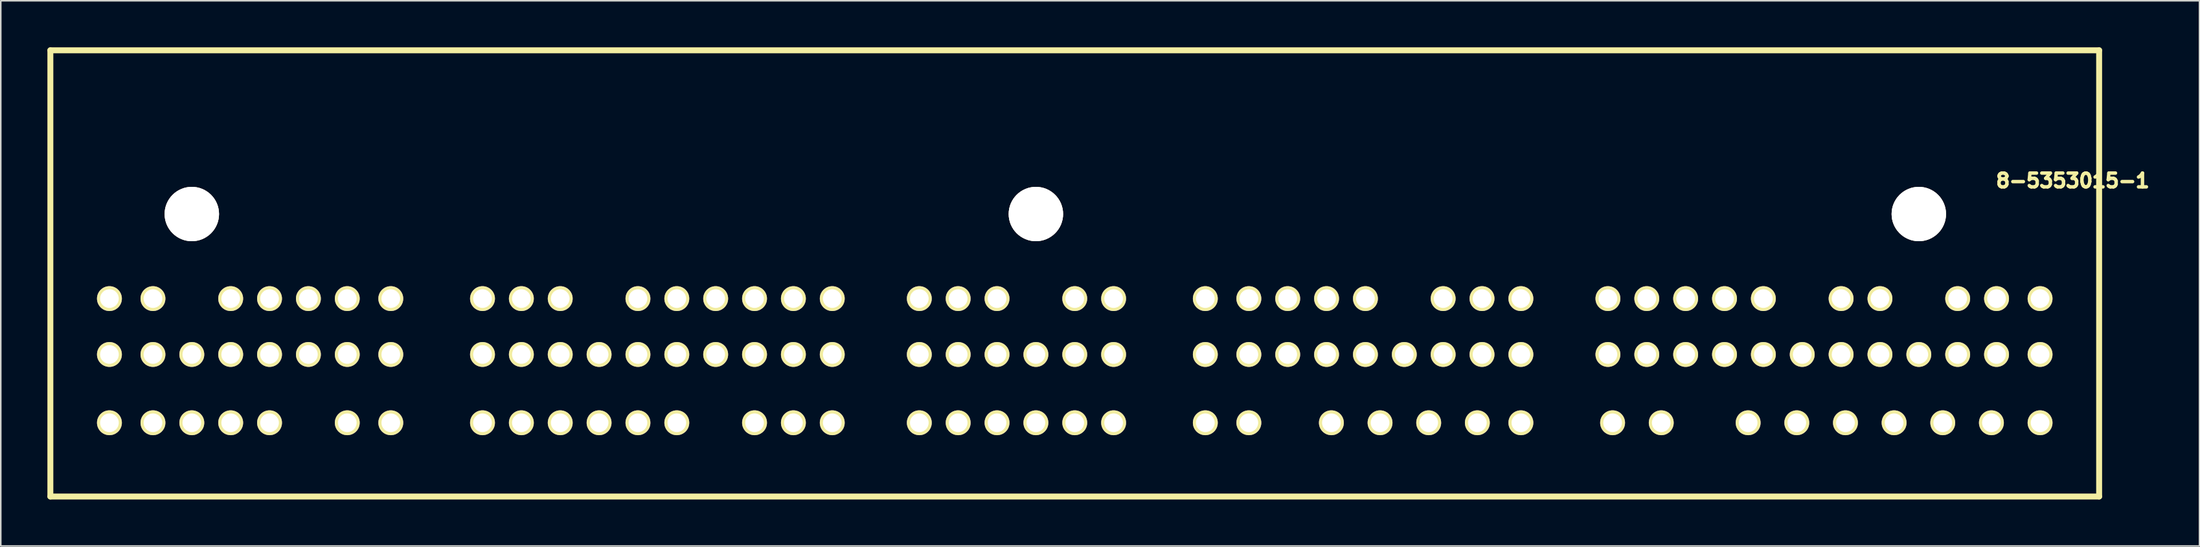
<source format=kicad_pcb>
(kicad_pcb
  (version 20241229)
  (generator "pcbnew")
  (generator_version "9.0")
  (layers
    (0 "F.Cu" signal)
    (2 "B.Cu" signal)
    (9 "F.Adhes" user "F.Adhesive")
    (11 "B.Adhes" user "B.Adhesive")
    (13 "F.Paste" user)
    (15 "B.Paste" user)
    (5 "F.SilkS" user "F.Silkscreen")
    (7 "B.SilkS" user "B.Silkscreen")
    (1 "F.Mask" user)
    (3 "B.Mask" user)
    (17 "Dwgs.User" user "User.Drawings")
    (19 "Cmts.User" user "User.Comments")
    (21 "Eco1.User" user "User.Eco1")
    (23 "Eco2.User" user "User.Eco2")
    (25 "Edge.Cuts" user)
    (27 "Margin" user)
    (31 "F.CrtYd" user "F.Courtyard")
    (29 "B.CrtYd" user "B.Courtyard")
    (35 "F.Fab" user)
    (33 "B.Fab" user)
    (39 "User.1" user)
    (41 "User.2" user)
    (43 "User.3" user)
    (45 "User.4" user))
  (footprint "8-5353015-1"
    (layer "F.Cu")
    (at 3.99 16.191)
    (property "Reference" "8-5353015-1" (at 126.3 -7.6 180) (layer "F.SilkS") (effects (font (size 0.889 0.889) (thickness 0.224))))
    (attr through_hole)
    (fp_line (start -3.8 -16) (end 128 -16) (stroke (width 0.381) (type solid)) (layer "F.SilkS"))
    (fp_line (start -3.8 12.753) (end -3.8 -16) (stroke (width 0.381) (type solid)) (layer "F.SilkS"))
    (fp_line (start -3.8 12.753) (end 128 12.753) (stroke (width 0.381) (type solid)) (layer "F.SilkS"))
    (fp_line (start 128 12.753) (end 128 -16) (stroke (width 0.381) (type solid)) (layer "F.SilkS"))
    (pad "" thru_hole circle (at 5.3 -5.45) (size 3.5 3.5) (drill 3.5) (layers "*.Cu" "*.Mask" "F.SilkS"))
    (pad "" thru_hole circle (at 59.6 -5.45) (size 3.5 3.5) (drill 3.5) (layers "*.Cu" "*.Mask" "F.SilkS"))
    (pad "" thru_hole circle (at 116.4 -5.45) (size 3.5 3.5) (drill 3.5) (layers "*.Cu" "*.Mask" "F.SilkS"))
    (pad "1" thru_hole circle (at 0 0) (size 1.6 1.6) (drill 1.2) (layers "*.Cu" "*.Mask" "F.SilkS"))
    (pad "2" thru_hole circle (at 2.8 0) (size 1.6 1.6) (drill 1.2) (layers "*.Cu" "*.Mask" "F.SilkS"))
    (pad "3" thru_hole circle (at 7.8 0) (size 1.6 1.6) (drill 1.2) (layers "*.Cu" "*.Mask" "F.SilkS"))
    (pad "4" thru_hole circle (at 10.3 0) (size 1.6 1.6) (drill 1.2) (layers "*.Cu" "*.Mask" "F.SilkS"))
    (pad "5" thru_hole circle (at 12.8 0) (size 1.6 1.6) (drill 1.2) (layers "*.Cu" "*.Mask" "F.SilkS"))
    (pad "6" thru_hole circle (at 15.3 0) (size 1.6 1.6) (drill 1.2) (layers "*.Cu" "*.Mask" "F.SilkS"))
    (pad "7" thru_hole circle (at 18.1 0) (size 1.6 1.6) (drill 1.2) (layers "*.Cu" "*.Mask" "F.SilkS"))
    (pad "8" thru_hole circle (at 24 0) (size 1.6 1.6) (drill 1.2) (layers "*.Cu" "*.Mask" "F.SilkS"))
    (pad "9" thru_hole circle (at 26.5 0) (size 1.6 1.6) (drill 1.2) (layers "*.Cu" "*.Mask" "F.SilkS"))
    (pad "10" thru_hole circle (at 29 0) (size 1.6 1.6) (drill 1.2) (layers "*.Cu" "*.Mask" "F.SilkS"))
    (pad "11" thru_hole circle (at 34 0) (size 1.6 1.6) (drill 1.2) (layers "*.Cu" "*.Mask" "F.SilkS"))
    (pad "12" thru_hole circle (at 36.5 0) (size 1.6 1.6) (drill 1.2) (layers "*.Cu" "*.Mask" "F.SilkS"))
    (pad "13" thru_hole circle (at 39 0) (size 1.6 1.6) (drill 1.2) (layers "*.Cu" "*.Mask" "F.SilkS"))
    (pad "14" thru_hole circle (at 41.5 0) (size 1.6 1.6) (drill 1.2) (layers "*.Cu" "*.Mask" "F.SilkS"))
    (pad "15" thru_hole circle (at 44 0) (size 1.6 1.6) (drill 1.2) (layers "*.Cu" "*.Mask" "F.SilkS"))
    (pad "16" thru_hole circle (at 46.5 0) (size 1.6 1.6) (drill 1.2) (layers "*.Cu" "*.Mask" "F.SilkS"))
    (pad "17" thru_hole circle (at 52.1 0) (size 1.6 1.6) (drill 1.2) (layers "*.Cu" "*.Mask" "F.SilkS"))
    (pad "18" thru_hole circle (at 54.6 0) (size 1.6 1.6) (drill 1.2) (layers "*.Cu" "*.Mask" "F.SilkS"))
    (pad "19" thru_hole circle (at 57.1 0) (size 1.6 1.6) (drill 1.2) (layers "*.Cu" "*.Mask" "F.SilkS"))
    (pad "20" thru_hole circle (at 62.1 0) (size 1.6 1.6) (drill 1.2) (layers "*.Cu" "*.Mask" "F.SilkS"))
    (pad "21" thru_hole circle (at 64.6 0) (size 1.6 1.6) (drill 1.2) (layers "*.Cu" "*.Mask" "F.SilkS"))
    (pad "22" thru_hole circle (at 70.5 0) (size 1.6 1.6) (drill 1.2) (layers "*.Cu" "*.Mask" "F.SilkS"))
    (pad "23" thru_hole circle (at 73.3 0) (size 1.6 1.6) (drill 1.2) (layers "*.Cu" "*.Mask" "F.SilkS"))
    (pad "24" thru_hole circle (at 75.8 0) (size 1.6 1.6) (drill 1.2) (layers "*.Cu" "*.Mask" "F.SilkS"))
    (pad "25" thru_hole circle (at 78.3 0) (size 1.6 1.6) (drill 1.2) (layers "*.Cu" "*.Mask" "F.SilkS"))
    (pad "26" thru_hole circle (at 80.8 0) (size 1.6 1.6) (drill 1.2) (layers "*.Cu" "*.Mask" "F.SilkS"))
    (pad "27" thru_hole circle (at 85.8 0) (size 1.6 1.6) (drill 1.2) (layers "*.Cu" "*.Mask" "F.SilkS"))
    (pad "28" thru_hole circle (at 88.3 0) (size 1.6 1.6) (drill 1.2) (layers "*.Cu" "*.Mask" "F.SilkS"))
    (pad "29" thru_hole circle (at 90.8 0) (size 1.6 1.6) (drill 1.2) (layers "*.Cu" "*.Mask" "F.SilkS"))
    (pad "30" thru_hole circle (at 96.4 0) (size 1.6 1.6) (drill 1.2) (layers "*.Cu" "*.Mask" "F.SilkS"))
    (pad "31" thru_hole circle (at 98.9 0) (size 1.6 1.6) (drill 1.2) (layers "*.Cu" "*.Mask" "F.SilkS"))
    (pad "32" thru_hole circle (at 101.4 0) (size 1.6 1.6) (drill 1.2) (layers "*.Cu" "*.Mask" "F.SilkS"))
    (pad "33" thru_hole circle (at 103.9 0) (size 1.6 1.6) (drill 1.2) (layers "*.Cu" "*.Mask" "F.SilkS"))
    (pad "34" thru_hole circle (at 106.4 0) (size 1.6 1.6) (drill 1.2) (layers "*.Cu" "*.Mask" "F.SilkS"))
    (pad "35" thru_hole circle (at 111.4 0) (size 1.6 1.6) (drill 1.2) (layers "*.Cu" "*.Mask" "F.SilkS"))
    (pad "36" thru_hole circle (at 113.9 0) (size 1.6 1.6) (drill 1.2) (layers "*.Cu" "*.Mask" "F.SilkS"))
    (pad "37" thru_hole circle (at 118.9 0) (size 1.6 1.6) (drill 1.2) (layers "*.Cu" "*.Mask" "F.SilkS"))
    (pad "38" thru_hole circle (at 121.4 0) (size 1.6 1.6) (drill 1.2) (layers "*.Cu" "*.Mask" "F.SilkS"))
    (pad "39" thru_hole circle (at 124.2 0) (size 1.6 1.6) (drill 1.2) (layers "*.Cu" "*.Mask" "F.SilkS"))
    (pad "40" thru_hole circle (at 0 3.6) (size 1.6 1.6) (drill 1.2) (layers "*.Cu" "*.Mask" "F.SilkS"))
    (pad "41" thru_hole circle (at 2.8 3.6) (size 1.6 1.6) (drill 1.2) (layers "*.Cu" "*.Mask" "F.SilkS"))
    (pad "42" thru_hole circle (at 5.3 3.6) (size 1.6 1.6) (drill 1.2) (layers "*.Cu" "*.Mask" "F.SilkS"))
    (pad "43" thru_hole circle (at 7.8 3.6) (size 1.6 1.6) (drill 1.2) (layers "*.Cu" "*.Mask" "F.SilkS"))
    (pad "44" thru_hole circle (at 10.3 3.6) (size 1.6 1.6) (drill 1.2) (layers "*.Cu" "*.Mask" "F.SilkS"))
    (pad "45" thru_hole circle (at 12.8 3.6) (size 1.6 1.6) (drill 1.2) (layers "*.Cu" "*.Mask" "F.SilkS"))
    (pad "46" thru_hole circle (at 15.3 3.6) (size 1.6 1.6) (drill 1.2) (layers "*.Cu" "*.Mask" "F.SilkS"))
    (pad "47" thru_hole circle (at 18.1 3.6) (size 1.6 1.6) (drill 1.2) (layers "*.Cu" "*.Mask" "F.SilkS"))
    (pad "48" thru_hole circle (at 24 3.6) (size 1.6 1.6) (drill 1.2) (layers "*.Cu" "*.Mask" "F.SilkS"))
    (pad "49" thru_hole circle (at 26.5 3.6) (size 1.6 1.6) (drill 1.2) (layers "*.Cu" "*.Mask" "F.SilkS"))
    (pad "50" thru_hole circle (at 29 3.6) (size 1.6 1.6) (drill 1.2) (layers "*.Cu" "*.Mask" "F.SilkS"))
    (pad "51" thru_hole circle (at 31.5 3.6) (size 1.6 1.6) (drill 1.2) (layers "*.Cu" "*.Mask" "F.SilkS"))
    (pad "52" thru_hole circle (at 34 3.6) (size 1.6 1.6) (drill 1.2) (layers "*.Cu" "*.Mask" "F.SilkS"))
    (pad "53" thru_hole circle (at 36.5 3.6) (size 1.6 1.6) (drill 1.2) (layers "*.Cu" "*.Mask" "F.SilkS"))
    (pad "54" thru_hole circle (at 39 3.6) (size 1.6 1.6) (drill 1.2) (layers "*.Cu" "*.Mask" "F.SilkS"))
    (pad "55" thru_hole circle (at 41.5 3.6) (size 1.6 1.6) (drill 1.2) (layers "*.Cu" "*.Mask" "F.SilkS"))
    (pad "56" thru_hole circle (at 44 3.6) (size 1.6 1.6) (drill 1.2) (layers "*.Cu" "*.Mask" "F.SilkS"))
    (pad "57" thru_hole circle (at 46.5 3.6) (size 1.6 1.6) (drill 1.2) (layers "*.Cu" "*.Mask" "F.SilkS"))
    (pad "58" thru_hole circle (at 52.1 3.6) (size 1.6 1.6) (drill 1.2) (layers "*.Cu" "*.Mask" "F.SilkS"))
    (pad "59" thru_hole circle (at 54.6 3.6) (size 1.6 1.6) (drill 1.2) (layers "*.Cu" "*.Mask" "F.SilkS"))
    (pad "60" thru_hole circle (at 57.1 3.6) (size 1.6 1.6) (drill 1.2) (layers "*.Cu" "*.Mask" "F.SilkS"))
    (pad "61" thru_hole circle (at 59.6 3.6) (size 1.6 1.6) (drill 1.2) (layers "*.Cu" "*.Mask" "F.SilkS"))
    (pad "62" thru_hole circle (at 62.1 3.6) (size 1.6 1.6) (drill 1.2) (layers "*.Cu" "*.Mask" "F.SilkS"))
    (pad "63" thru_hole circle (at 64.6 3.6) (size 1.6 1.6) (drill 1.2) (layers "*.Cu" "*.Mask" "F.SilkS"))
    (pad "64" thru_hole circle (at 70.5 3.6) (size 1.6 1.6) (drill 1.2) (layers "*.Cu" "*.Mask" "F.SilkS"))
    (pad "65" thru_hole circle (at 73.3 3.6) (size 1.6 1.6) (drill 1.2) (layers "*.Cu" "*.Mask" "F.SilkS"))
    (pad "66" thru_hole circle (at 75.8 3.6) (size 1.6 1.6) (drill 1.2) (layers "*.Cu" "*.Mask" "F.SilkS"))
    (pad "67" thru_hole circle (at 78.3 3.6) (size 1.6 1.6) (drill 1.2) (layers "*.Cu" "*.Mask" "F.SilkS"))
    (pad "68" thru_hole circle (at 80.8 3.6) (size 1.6 1.6) (drill 1.2) (layers "*.Cu" "*.Mask" "F.SilkS"))
    (pad "69" thru_hole circle (at 83.3 3.6) (size 1.6 1.6) (drill 1.2) (layers "*.Cu" "*.Mask" "F.SilkS"))
    (pad "70" thru_hole circle (at 85.8 3.6) (size 1.6 1.6) (drill 1.2) (layers "*.Cu" "*.Mask" "F.SilkS"))
    (pad "71" thru_hole circle (at 88.3 3.6) (size 1.6 1.6) (drill 1.2) (layers "*.Cu" "*.Mask" "F.SilkS"))
    (pad "72" thru_hole circle (at 90.8 3.6) (size 1.6 1.6) (drill 1.2) (layers "*.Cu" "*.Mask" "F.SilkS"))
    (pad "73" thru_hole circle (at 96.4 3.6) (size 1.6 1.6) (drill 1.2) (layers "*.Cu" "*.Mask" "F.SilkS"))
    (pad "74" thru_hole circle (at 98.9 3.6) (size 1.6 1.6) (drill 1.2) (layers "*.Cu" "*.Mask" "F.SilkS"))
    (pad "75" thru_hole circle (at 101.4 3.6) (size 1.6 1.6) (drill 1.2) (layers "*.Cu" "*.Mask" "F.SilkS"))
    (pad "76" thru_hole circle (at 103.9 3.6) (size 1.6 1.6) (drill 1.2) (layers "*.Cu" "*.Mask" "F.SilkS"))
    (pad "77" thru_hole circle (at 106.4 3.6) (size 1.6 1.6) (drill 1.2) (layers "*.Cu" "*.Mask" "F.SilkS"))
    (pad "78" thru_hole circle (at 108.9 3.6) (size 1.6 1.6) (drill 1.2) (layers "*.Cu" "*.Mask" "F.SilkS"))
    (pad "79" thru_hole circle (at 111.4 3.6) (size 1.6 1.6) (drill 1.2) (layers "*.Cu" "*.Mask" "F.SilkS"))
    (pad "80" thru_hole circle (at 113.9 3.6) (size 1.6 1.6) (drill 1.2) (layers "*.Cu" "*.Mask" "F.SilkS"))
    (pad "81" thru_hole circle (at 116.4 3.6) (size 1.6 1.6) (drill 1.2) (layers "*.Cu" "*.Mask" "F.SilkS"))
    (pad "82" thru_hole circle (at 118.9 3.6) (size 1.6 1.6) (drill 1.2) (layers "*.Cu" "*.Mask" "F.SilkS"))
    (pad "83" thru_hole circle (at 121.4 3.6) (size 1.6 1.6) (drill 1.2) (layers "*.Cu" "*.Mask" "F.SilkS"))
    (pad "84" thru_hole circle (at 124.2 3.6) (size 1.6 1.6) (drill 1.2) (layers "*.Cu" "*.Mask" "F.SilkS"))
    (pad "85" thru_hole circle (at 0 8) (size 1.6 1.6) (drill 1.2) (layers "*.Cu" "*.Mask" "F.SilkS"))
    (pad "86" thru_hole circle (at 2.8 8) (size 1.6 1.6) (drill 1.2) (layers "*.Cu" "*.Mask" "F.SilkS"))
    (pad "87" thru_hole circle (at 5.3 8) (size 1.6 1.6) (drill 1.2) (layers "*.Cu" "*.Mask" "F.SilkS"))
    (pad "88" thru_hole circle (at 7.8 8) (size 1.6 1.6) (drill 1.2) (layers "*.Cu" "*.Mask" "F.SilkS"))
    (pad "89" thru_hole circle (at 10.3 8) (size 1.6 1.6) (drill 1.2) (layers "*.Cu" "*.Mask" "F.SilkS"))
    (pad "90" thru_hole circle (at 15.3 8) (size 1.6 1.6) (drill 1.2) (layers "*.Cu" "*.Mask" "F.SilkS"))
    (pad "91" thru_hole circle (at 18.1 8) (size 1.6 1.6) (drill 1.2) (layers "*.Cu" "*.Mask" "F.SilkS"))
    (pad "92" thru_hole circle (at 24 8) (size 1.6 1.6) (drill 1.2) (layers "*.Cu" "*.Mask" "F.SilkS"))
    (pad "93" thru_hole circle (at 26.5 8) (size 1.6 1.6) (drill 1.2) (layers "*.Cu" "*.Mask" "F.SilkS"))
    (pad "94" thru_hole circle (at 29 8) (size 1.6 1.6) (drill 1.2) (layers "*.Cu" "*.Mask" "F.SilkS"))
    (pad "95" thru_hole circle (at 31.5 8) (size 1.6 1.6) (drill 1.2) (layers "*.Cu" "*.Mask" "F.SilkS"))
    (pad "96" thru_hole circle (at 34 8) (size 1.6 1.6) (drill 1.2) (layers "*.Cu" "*.Mask" "F.SilkS"))
    (pad "97" thru_hole circle (at 36.5 8) (size 1.6 1.6) (drill 1.2) (layers "*.Cu" "*.Mask" "F.SilkS"))
    (pad "98" thru_hole circle (at 41.5 8) (size 1.6 1.6) (drill 1.2) (layers "*.Cu" "*.Mask" "F.SilkS"))
    (pad "99" thru_hole circle (at 44 8) (size 1.6 1.6) (drill 1.2) (layers "*.Cu" "*.Mask" "F.SilkS"))
    (pad "100" thru_hole circle (at 46.5 8) (size 1.6 1.6) (drill 1.2) (layers "*.Cu" "*.Mask" "F.SilkS"))
    (pad "101" thru_hole circle (at 52.1 8) (size 1.6 1.6) (drill 1.2) (layers "*.Cu" "*.Mask" "F.SilkS"))
    (pad "102" thru_hole circle (at 54.6 8) (size 1.6 1.6) (drill 1.2) (layers "*.Cu" "*.Mask" "F.SilkS"))
    (pad "103" thru_hole circle (at 57.1 8) (size 1.6 1.6) (drill 1.2) (layers "*.Cu" "*.Mask" "F.SilkS"))
    (pad "104" thru_hole circle (at 59.6 8) (size 1.6 1.6) (drill 1.2) (layers "*.Cu" "*.Mask" "F.SilkS"))
    (pad "105" thru_hole circle (at 62.1 8) (size 1.6 1.6) (drill 1.2) (layers "*.Cu" "*.Mask" "F.SilkS"))
    (pad "106" thru_hole circle (at 64.6 8) (size 1.6 1.6) (drill 1.2) (layers "*.Cu" "*.Mask" "F.SilkS"))
    (pad "107" thru_hole circle (at 70.5 8) (size 1.6 1.6) (drill 1.2) (layers "*.Cu" "*.Mask" "F.SilkS"))
    (pad "108" thru_hole circle (at 73.3 8) (size 1.6 1.6) (drill 1.2) (layers "*.Cu" "*.Mask" "F.SilkS"))
    (pad "109" thru_hole circle (at 78.61 8) (size 1.6 1.6) (drill 1.2) (layers "*.Cu" "*.Mask" "F.SilkS"))
    (pad "110" thru_hole circle (at 81.74 8) (size 1.6 1.6) (drill 1.2) (layers "*.Cu" "*.Mask" "F.SilkS"))
    (pad "111" thru_hole circle (at 84.87 8) (size 1.6 1.6) (drill 1.2) (layers "*.Cu" "*.Mask" "F.SilkS"))
    (pad "112" thru_hole circle (at 88 8) (size 1.6 1.6) (drill 1.2) (layers "*.Cu" "*.Mask" "F.SilkS"))
    (pad "113" thru_hole circle (at 90.8 8) (size 1.6 1.6) (drill 1.2) (layers "*.Cu" "*.Mask" "F.SilkS"))
    (pad "114" thru_hole circle (at 96.7 8) (size 1.6 1.6) (drill 1.2) (layers "*.Cu" "*.Mask" "F.SilkS"))
    (pad "115" thru_hole circle (at 99.83 8) (size 1.6 1.6) (drill 1.2) (layers "*.Cu" "*.Mask" "F.SilkS"))
    (pad "116" thru_hole circle (at 105.42 8) (size 1.6 1.6) (drill 1.2) (layers "*.Cu" "*.Mask" "F.SilkS"))
    (pad "117" thru_hole circle (at 108.55 8) (size 1.6 1.6) (drill 1.2) (layers "*.Cu" "*.Mask" "F.SilkS"))
    (pad "118" thru_hole circle (at 111.68 8) (size 1.6 1.6) (drill 1.2) (layers "*.Cu" "*.Mask" "F.SilkS"))
    (pad "119" thru_hole circle (at 114.81 8) (size 1.6 1.6) (drill 1.2) (layers "*.Cu" "*.Mask" "F.SilkS"))
    (pad "120" thru_hole circle (at 117.94 8) (size 1.6 1.6) (drill 1.2) (layers "*.Cu" "*.Mask" "F.SilkS"))
    (pad "121" thru_hole circle (at 121.07 8) (size 1.6 1.6) (drill 1.2) (layers "*.Cu" "*.Mask" "F.SilkS"))
    (pad "122" thru_hole circle (at 124.2 8) (size 1.6 1.6) (drill 1.2) (layers "*.Cu" "*.Mask" "F.SilkS")))
  (gr_rect
    (start -3 -3)
    (end 138.446 32.134)
    (stroke (width 0.1) (type default))
    (fill no)
    (layer "Edge.Cuts")))
</source>
